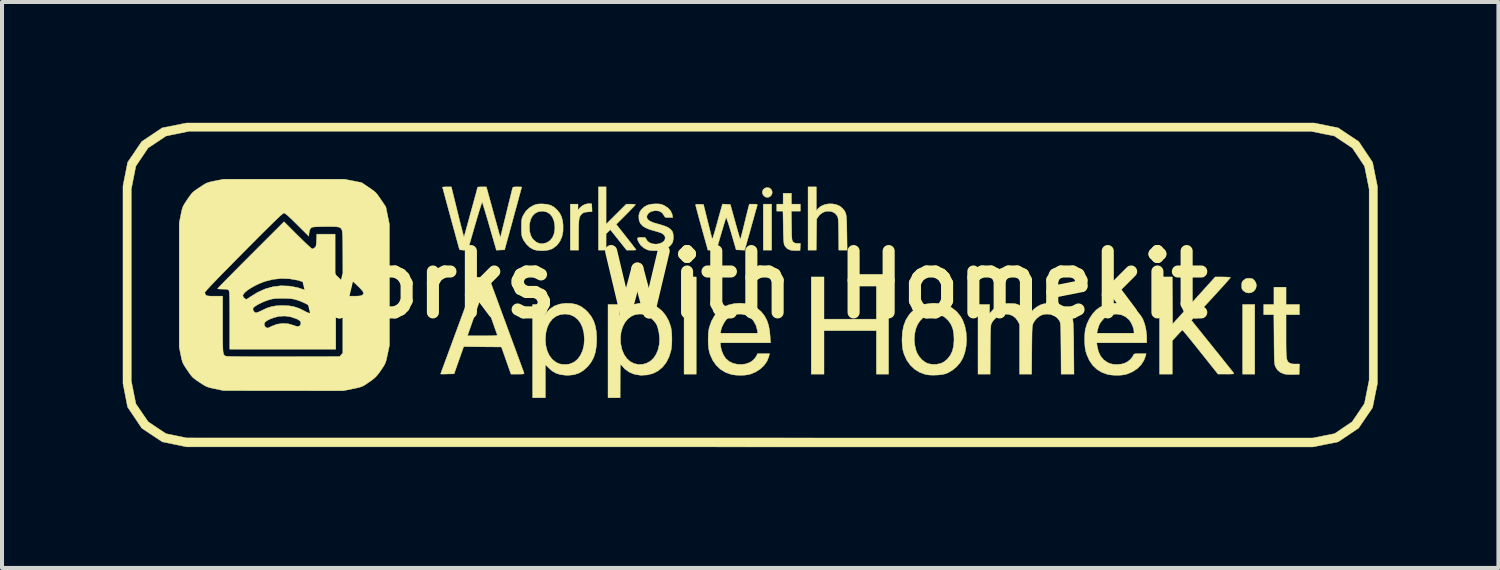
<source format=kicad_pcb>
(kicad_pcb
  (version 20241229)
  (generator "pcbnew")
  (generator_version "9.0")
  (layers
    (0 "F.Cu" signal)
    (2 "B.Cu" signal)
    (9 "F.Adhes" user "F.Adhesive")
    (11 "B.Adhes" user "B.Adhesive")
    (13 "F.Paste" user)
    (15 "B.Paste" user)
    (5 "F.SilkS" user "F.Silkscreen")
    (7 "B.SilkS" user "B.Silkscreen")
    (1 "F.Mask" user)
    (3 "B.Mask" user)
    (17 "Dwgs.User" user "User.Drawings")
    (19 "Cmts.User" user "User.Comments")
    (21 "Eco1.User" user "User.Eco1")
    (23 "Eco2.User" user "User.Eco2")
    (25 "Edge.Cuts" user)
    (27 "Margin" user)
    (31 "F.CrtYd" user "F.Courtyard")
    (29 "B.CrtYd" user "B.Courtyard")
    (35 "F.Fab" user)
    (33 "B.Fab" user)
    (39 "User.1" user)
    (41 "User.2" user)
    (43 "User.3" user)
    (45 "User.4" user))
  (footprint "Works With Homekit"
    (layer "F.Cu")
    (at 15.578 4.021)
    (property "Reference" "Works With Homekit" (at 0 0 0) (layer "F.SilkS") (effects (font (size 1.524 1.524) (thickness 0.3))))
    (attr through_hole)
    (fp_poly (pts (xy -1.333 2.223) (xy -1.635 2.223) (xy -1.635 -0.191) (xy -1.333 -0.191) (xy -1.333 2.223)) (stroke (width 0.01) (type solid)) (fill yes) (layer "F.SilkS"))
    (fp_poly (pts (xy 0.54 -0.857) (xy 0.333 -0.857) (xy 0.333 -2) (xy 0.54 -2) (xy 0.54 -0.857)) (stroke (width 0.01) (type solid)) (fill yes) (layer "F.SilkS"))
    (fp_poly (pts (xy 12.541 2.223) (xy 12.24 2.223) (xy 12.24 0.492) (xy 12.541 0.492) (xy 12.541 2.223)) (stroke (width 0.01) (type solid)) (fill yes) (layer "F.SilkS"))
    (fp_poly (pts (xy 1.841 0.857) (xy 3.143 0.857) (xy 3.143 -0.191) (xy 3.445 -0.191) (xy 3.445 2.223) (xy 3.143 2.223) (xy 3.143 1.143) (xy 1.841 1.143) (xy 1.841 2.223) (xy 1.524 2.223) (xy 1.524 -0.191) (xy 1.841 -0.191) (xy 1.841 0.857)) (stroke (width 0.01) (type solid)) (fill yes) (layer "F.SilkS"))
    (fp_poly (pts (xy 0.486 -2.402) (xy 0.521 -2.376) (xy 0.55 -2.327) (xy 0.554 -2.275) (xy 0.537 -2.227) (xy 0.503 -2.19) (xy 0.458 -2.169) (xy 0.405 -2.171) (xy 0.381 -2.18) (xy 0.337 -2.217) (xy 0.311 -2.268) (xy 0.31 -2.318) (xy 0.335 -2.368) (xy 0.379 -2.401) (xy 0.432 -2.413) (xy 0.486 -2.402)) (stroke (width 0.01) (type solid)) (fill yes) (layer "F.SilkS"))
    (fp_poly (pts (xy 12.454 -0.155) (xy 12.491 -0.142) (xy 12.525 -0.114) (xy 12.569 -0.05) (xy 12.584 0.022) (xy 12.567 0.096) (xy 12.564 0.102) (xy 12.521 0.16) (xy 12.462 0.196) (xy 12.393 0.208) (xy 12.324 0.195) (xy 12.268 0.16) (xy 12.238 0.13) (xy 12.222 0.1) (xy 12.216 0.06) (xy 12.216 0.024) (xy 12.218 -0.03) (xy 12.227 -0.065) (xy 12.247 -0.093) (xy 12.268 -0.112) (xy 12.308 -0.142) (xy 12.349 -0.156) (xy 12.4 -0.159) (xy 12.454 -0.155)) (stroke (width 0.01) (type solid)) (fill yes) (layer "F.SilkS"))
    (fp_poly (pts (xy -3.983 -2.013) (xy -3.929 -2.008) (xy -3.924 -1.911) (xy -3.92 -1.814) (xy -4.023 -1.807) (xy -4.087 -1.8) (xy -4.131 -1.787) (xy -4.164 -1.765) (xy -4.169 -1.761) (xy -4.194 -1.736) (xy -4.214 -1.71) (xy -4.229 -1.678) (xy -4.24 -1.637) (xy -4.247 -1.583) (xy -4.251 -1.511) (xy -4.254 -1.418) (xy -4.254 -1.298) (xy -4.255 -1.239) (xy -4.255 -0.857) (xy -4.461 -0.857) (xy -4.461 -2) (xy -4.27 -2) (xy -4.27 -1.85) (xy -4.223 -1.908) (xy -4.163 -1.961) (xy -4.088 -1.998) (xy -4.01 -2.014) (xy -3.983 -2.013)) (stroke (width 0.01) (type solid)) (fill yes) (layer "F.SilkS"))
    (fp_poly (pts (xy -3.572 -1.501) (xy -3.322 -1.75) (xy -3.071 -2) (xy -2.957 -2) (xy -2.901 -1.999) (xy -2.86 -1.995) (xy -2.842 -1.989) (xy -2.842 -1.989) (xy -2.852 -1.974) (xy -2.882 -1.941) (xy -2.928 -1.893) (xy -2.987 -1.832) (xy -3.055 -1.763) (xy -3.081 -1.737) (xy -3.32 -1.498) (xy -3.073 -1.185) (xy -3.005 -1.099) (xy -2.945 -1.022) (xy -2.894 -0.956) (xy -2.856 -0.906) (xy -2.832 -0.874) (xy -2.826 -0.865) (xy -2.84 -0.861) (xy -2.879 -0.858) (xy -2.933 -0.857) (xy -2.943 -0.857) (xy -3.061 -0.857) (xy -3.467 -1.366) (xy -3.519 -1.315) (xy -3.572 -1.264) (xy -3.572 -0.857) (xy -3.762 -0.857) (xy -3.762 -2.429) (xy -3.572 -2.429) (xy -3.572 -1.501)) (stroke (width 0.01) (type solid)) (fill yes) (layer "F.SilkS"))
    (fp_poly (pts (xy 1.032 -2) (xy 1.254 -2) (xy 1.254 -1.826) (xy 1.03 -1.826) (xy 1.035 -1.461) (xy 1.037 -1.344) (xy 1.038 -1.255) (xy 1.041 -1.189) (xy 1.044 -1.142) (xy 1.049 -1.11) (xy 1.055 -1.089) (xy 1.064 -1.074) (xy 1.075 -1.061) (xy 1.076 -1.06) (xy 1.114 -1.034) (xy 1.165 -1.024) (xy 1.184 -1.024) (xy 1.255 -1.024) (xy 1.251 -0.937) (xy 1.246 -0.849) (xy 1.151 -0.846) (xy 1.088 -0.848) (xy 1.029 -0.854) (xy 1 -0.86) (xy 0.931 -0.891) (xy 0.881 -0.943) (xy 0.861 -0.976) (xy 0.852 -0.997) (xy 0.846 -1.027) (xy 0.841 -1.071) (xy 0.836 -1.133) (xy 0.833 -1.215) (xy 0.83 -1.323) (xy 0.829 -1.425) (xy 0.822 -1.826) (xy 0.667 -1.826) (xy 0.667 -2) (xy 0.826 -2) (xy 0.826 -2.27) (xy 1.032 -2.27) (xy 1.032 -2)) (stroke (width 0.01) (type solid)) (fill yes) (layer "F.SilkS"))
    (fp_poly (pts (xy 1.651 -1.839) (xy 1.691 -1.887) (xy 1.76 -1.946) (xy 1.848 -1.986) (xy 1.946 -2.006) (xy 2.048 -2.007) (xy 2.147 -1.988) (xy 2.235 -1.95) (xy 2.303 -1.893) (xy 2.331 -1.86) (xy 2.354 -1.829) (xy 2.371 -1.796) (xy 2.384 -1.758) (xy 2.394 -1.709) (xy 2.4 -1.646) (xy 2.404 -1.565) (xy 2.407 -1.462) (xy 2.409 -1.332) (xy 2.41 -1.29) (xy 2.416 -0.857) (xy 2.209 -0.857) (xy 2.204 -1.258) (xy 2.202 -1.382) (xy 2.2 -1.478) (xy 2.198 -1.55) (xy 2.195 -1.604) (xy 2.191 -1.642) (xy 2.185 -1.67) (xy 2.177 -1.692) (xy 2.166 -1.711) (xy 2.163 -1.717) (xy 2.109 -1.776) (xy 2.04 -1.812) (xy 1.961 -1.826) (xy 1.88 -1.818) (xy 1.803 -1.788) (xy 1.735 -1.736) (xy 1.703 -1.696) (xy 1.659 -1.63) (xy 1.649 -0.857) (xy 1.445 -0.857) (xy 1.445 -2.429) (xy 1.651 -2.429) (xy 1.651 -1.839)) (stroke (width 0.01) (type solid)) (fill yes) (layer "F.SilkS"))
    (fp_poly (pts (xy 13.319 0.492) (xy 13.652 0.492) (xy 13.652 0.746) (xy 13.319 0.746) (xy 13.319 1.278) (xy 13.319 1.434) (xy 13.32 1.562) (xy 13.322 1.664) (xy 13.326 1.744) (xy 13.331 1.805) (xy 13.339 1.851) (xy 13.35 1.885) (xy 13.364 1.909) (xy 13.381 1.928) (xy 13.403 1.944) (xy 13.406 1.946) (xy 13.45 1.964) (xy 13.513 1.972) (xy 13.551 1.972) (xy 13.654 1.971) (xy 13.649 2.101) (xy 13.645 2.23) (xy 13.486 2.234) (xy 13.395 2.233) (xy 13.317 2.227) (xy 13.262 2.216) (xy 13.261 2.216) (xy 13.172 2.176) (xy 13.106 2.119) (xy 13.063 2.052) (xy 13.053 2.032) (xy 13.046 2.013) (xy 13.039 1.99) (xy 13.035 1.962) (xy 13.031 1.924) (xy 13.028 1.872) (xy 13.026 1.805) (xy 13.024 1.718) (xy 13.023 1.608) (xy 13.021 1.473) (xy 13.021 1.361) (xy 13.016 0.746) (xy 12.764 0.746) (xy 12.764 0.492) (xy 13.018 0.492) (xy 13.018 0.064) (xy 13.319 0.064) (xy 13.319 0.492)) (stroke (width 0.01) (type solid)) (fill yes) (layer "F.SilkS"))
    (fp_poly (pts (xy 10.501 0.978) (xy 11.03 0.394) (xy 11.559 -0.191) (xy 11.749 -0.191) (xy 11.833 -0.189) (xy 11.894 -0.186) (xy 11.93 -0.18) (xy 11.938 -0.175) (xy 11.928 -0.16) (xy 11.898 -0.126) (xy 11.852 -0.074) (xy 11.792 -0.006) (xy 11.72 0.073) (xy 11.639 0.162) (xy 11.551 0.258) (xy 11.46 0.358) (xy 11.366 0.459) (xy 11.274 0.558) (xy 11.185 0.654) (xy 11.103 0.742) (xy 11.029 0.819) (xy 10.967 0.885) (xy 11.489 1.534) (xy 11.589 1.659) (xy 11.684 1.776) (xy 11.77 1.885) (xy 11.847 1.981) (xy 11.913 2.063) (xy 11.965 2.128) (xy 12.001 2.174) (xy 12.02 2.199) (xy 12.023 2.203) (xy 12.021 2.211) (xy 12.002 2.217) (xy 11.961 2.22) (xy 11.895 2.222) (xy 11.832 2.222) (xy 11.628 2.221) (xy 11.192 1.674) (xy 11.101 1.56) (xy 11.016 1.454) (xy 10.939 1.359) (xy 10.872 1.276) (xy 10.817 1.21) (xy 10.776 1.161) (xy 10.752 1.133) (xy 10.745 1.127) (xy 10.731 1.138) (xy 10.7 1.168) (xy 10.658 1.213) (xy 10.614 1.26) (xy 10.493 1.393) (xy 10.493 2.223) (xy 10.176 2.223) (xy 10.176 -0.191) (xy 10.493 -0.191) (xy 10.501 0.978)) (stroke (width 0.01) (type solid)) (fill yes) (layer "F.SilkS"))
    (fp_poly (pts (xy 14.613 -3.895) (xy 15.126 -3.553) (xy 15.468 -3.04) (xy 15.589 -2.439) (xy 15.589 0.008) (xy 15.589 2.455) (xy 15.528 2.755) (xy 15.468 3.056) (xy 15.294 3.31) (xy 15.121 3.564) (xy 14.867 3.735) (xy 14.613 3.905) (xy 14.297 3.969) (xy 13.98 4.032) (xy -13.994 4.029) (xy -14.295 3.967) (xy -14.596 3.905) (xy -14.851 3.736) (xy -15.105 3.567) (xy -15.459 3.04) (xy -15.516 2.746) (xy -15.573 2.453) (xy -15.573 -2.373) (xy -15.367 -2.373) (xy -15.367 2.389) (xy -15.253 2.959) (xy -15.1 3.184) (xy -14.946 3.408) (xy -14.507 3.701) (xy -14.25 3.754) (xy -13.994 3.807) (xy 13.98 3.81) (xy 14.254 3.755) (xy 14.527 3.7) (xy 14.745 3.552) (xy 14.962 3.405) (xy 15.115 3.179) (xy 15.267 2.953) (xy 15.325 2.663) (xy 15.383 2.373) (xy 15.383 0) (xy 15.383 -2.373) (xy 15.326 -2.657) (xy 15.269 -2.941) (xy 15.118 -3.168) (xy 14.967 -3.394) (xy 14.518 -3.693) (xy 14.224 -3.752) (xy 13.93 -3.811) (xy 0 -3.81) (xy -13.93 -3.81) (xy -14.216 -3.751) (xy -14.502 -3.693) (xy -14.725 -3.544) (xy -14.949 -3.396) (xy -15.101 -3.17) (xy -15.253 -2.945) (xy -15.31 -2.659) (xy -15.367 -2.373) (xy -15.573 -2.373) (xy -15.573 -2.453) (xy -15.515 -2.746) (xy -15.457 -3.04) (xy -15.282 -3.297) (xy -15.108 -3.554) (xy -14.854 -3.724) (xy -14.599 -3.895) (xy -13.996 -4.016) (xy 14.012 -4.016) (xy 14.613 -3.895)) (stroke (width 0.01) (type solid)) (fill yes) (layer "F.SilkS"))
    (fp_poly (pts (xy -5.043 -1.997) (xy -4.947 -1.972) (xy -4.864 -1.925) (xy -4.787 -1.855) (xy -4.782 -1.85) (xy -4.72 -1.77) (xy -4.678 -1.684) (xy -4.652 -1.584) (xy -4.64 -1.474) (xy -4.642 -1.324) (xy -4.669 -1.19) (xy -4.72 -1.074) (xy -4.793 -0.978) (xy -4.889 -0.904) (xy -4.916 -0.889) (xy -4.992 -0.862) (xy -5.087 -0.846) (xy -5.189 -0.843) (xy -5.287 -0.851) (xy -5.369 -0.871) (xy -5.374 -0.873) (xy -5.465 -0.924) (xy -5.548 -1.001) (xy -5.615 -1.095) (xy -5.631 -1.124) (xy -5.649 -1.164) (xy -5.662 -1.199) (xy -5.669 -1.237) (xy -5.673 -1.286) (xy -5.675 -1.354) (xy -5.675 -1.421) (xy -5.675 -1.434) (xy -5.477 -1.434) (xy -5.47 -1.321) (xy -5.447 -1.231) (xy -5.408 -1.155) (xy -5.385 -1.126) (xy -5.31 -1.059) (xy -5.228 -1.023) (xy -5.139 -1.018) (xy -5.045 -1.043) (xy -5.04 -1.046) (xy -4.961 -1.099) (xy -4.901 -1.174) (xy -4.862 -1.271) (xy -4.845 -1.385) (xy -4.846 -1.47) (xy -4.867 -1.586) (xy -4.907 -1.681) (xy -4.967 -1.754) (xy -5.043 -1.802) (xy -5.135 -1.824) (xy -5.164 -1.825) (xy -5.259 -1.811) (xy -5.339 -1.769) (xy -5.403 -1.704) (xy -5.448 -1.616) (xy -5.473 -1.508) (xy -5.477 -1.434) (xy -5.675 -1.434) (xy -5.675 -1.508) (xy -5.673 -1.571) (xy -5.668 -1.617) (xy -5.659 -1.655) (xy -5.645 -1.691) (xy -5.634 -1.716) (xy -5.566 -1.824) (xy -5.476 -1.911) (xy -5.383 -1.966) (xy -5.33 -1.987) (xy -5.28 -2) (xy -5.221 -2.005) (xy -5.159 -2.006) (xy -5.043 -1.997)) (stroke (width 0.01) (type solid)) (fill yes) (layer "F.SilkS"))
    (fp_poly (pts (xy -4.433 0.467) (xy -4.306 0.493) (xy -4.193 0.544) (xy -4.088 0.622) (xy -4.026 0.683) (xy -3.943 0.787) (xy -3.881 0.901) (xy -3.839 1.027) (xy -3.814 1.172) (xy -3.805 1.34) (xy -3.805 1.349) (xy -3.813 1.523) (xy -3.836 1.672) (xy -3.878 1.803) (xy -3.939 1.919) (xy -4.02 2.025) (xy -4.028 2.033) (xy -4.135 2.131) (xy -4.25 2.199) (xy -4.376 2.239) (xy -4.518 2.252) (xy -4.579 2.25) (xy -4.709 2.234) (xy -4.818 2.2) (xy -4.913 2.144) (xy -4.989 2.078) (xy -5.08 1.987) (xy -5.08 2.81) (xy -5.397 2.81) (xy -5.397 1.357) (xy -5.08 1.357) (xy -5.069 1.51) (xy -5.035 1.645) (xy -4.981 1.762) (xy -4.907 1.857) (xy -4.815 1.929) (xy -4.739 1.965) (xy -4.676 1.978) (xy -4.598 1.983) (xy -4.519 1.978) (xy -4.46 1.966) (xy -4.362 1.921) (xy -4.277 1.849) (xy -4.208 1.754) (xy -4.156 1.639) (xy -4.123 1.508) (xy -4.112 1.363) (xy -4.112 1.357) (xy -4.123 1.206) (xy -4.155 1.072) (xy -4.207 0.957) (xy -4.277 0.863) (xy -4.364 0.793) (xy -4.467 0.748) (xy -4.582 0.73) (xy -4.597 0.73) (xy -4.714 0.745) (xy -4.817 0.786) (xy -4.906 0.854) (xy -4.978 0.945) (xy -5.032 1.057) (xy -5.066 1.189) (xy -5.08 1.34) (xy -5.08 1.357) (xy -5.397 1.357) (xy -5.397 0.492) (xy -5.096 0.492) (xy -5.096 0.752) (xy -5.052 0.695) (xy -4.96 0.598) (xy -4.852 0.528) (xy -4.726 0.483) (xy -4.581 0.463) (xy -4.578 0.463) (xy -4.433 0.467)) (stroke (width 0.01) (type solid)) (fill yes) (layer "F.SilkS"))
    (fp_poly (pts (xy -0.092 0.473) (xy 0.049 0.513) (xy 0.173 0.579) (xy 0.28 0.671) (xy 0.291 0.683) (xy 0.367 0.781) (xy 0.424 0.889) (xy 0.465 1.011) (xy 0.491 1.153) (xy 0.502 1.274) (xy 0.513 1.445) (xy -0.735 1.445) (xy -0.726 1.532) (xy -0.704 1.632) (xy -0.663 1.734) (xy -0.608 1.823) (xy -0.596 1.838) (xy -0.52 1.904) (xy -0.426 1.951) (xy -0.32 1.977) (xy -0.21 1.983) (xy -0.101 1.969) (xy -0.001 1.932) (xy 0.068 1.887) (xy 0.113 1.843) (xy 0.151 1.791) (xy 0.16 1.776) (xy 0.191 1.714) (xy 0.489 1.714) (xy 0.468 1.796) (xy 0.423 1.906) (xy 0.351 2.007) (xy 0.257 2.096) (xy 0.145 2.168) (xy 0.02 2.22) (xy -0.044 2.237) (xy -0.14 2.249) (xy -0.251 2.252) (xy -0.362 2.246) (xy -0.459 2.231) (xy -0.464 2.23) (xy -0.605 2.18) (xy -0.73 2.104) (xy -0.837 2.003) (xy -0.923 1.879) (xy -0.988 1.735) (xy -1.009 1.667) (xy -1.024 1.585) (xy -1.034 1.482) (xy -1.037 1.369) (xy -1.034 1.256) (xy -1.03 1.206) (xy -0.732 1.206) (xy 0.195 1.206) (xy 0.185 1.134) (xy 0.153 1.015) (xy 0.094 0.906) (xy 0.062 0.866) (xy -0.018 0.797) (xy -0.113 0.752) (xy -0.217 0.731) (xy -0.324 0.733) (xy -0.427 0.758) (xy -0.52 0.807) (xy -0.586 0.866) (xy -0.64 0.943) (xy -0.687 1.034) (xy -0.717 1.126) (xy -0.721 1.147) (xy -0.732 1.206) (xy -1.03 1.206) (xy -1.026 1.154) (xy -1.011 1.072) (xy -1.011 1.07) (xy -0.954 0.907) (xy -0.877 0.769) (xy -0.782 0.655) (xy -0.668 0.567) (xy -0.535 0.505) (xy -0.386 0.47) (xy -0.25 0.46) (xy -0.092 0.473)) (stroke (width 0.01) (type solid)) (fill yes) (layer "F.SilkS"))
    (fp_poly (pts (xy -2.491 0.479) (xy -2.366 0.523) (xy -2.294 0.563) (xy -2.185 0.651) (xy -2.092 0.764) (xy -2.018 0.896) (xy -1.966 1.045) (xy -1.961 1.065) (xy -1.947 1.15) (xy -1.939 1.256) (xy -1.937 1.372) (xy -1.941 1.486) (xy -1.951 1.588) (xy -1.962 1.646) (xy -2.012 1.804) (xy -2.083 1.941) (xy -2.174 2.054) (xy -2.283 2.143) (xy -2.409 2.207) (xy -2.549 2.243) (xy -2.703 2.251) (xy -2.723 2.25) (xy -2.865 2.227) (xy -2.992 2.176) (xy -3.104 2.097) (xy -3.198 1.992) (xy -3.205 1.986) (xy -3.211 1.989) (xy -3.215 2.005) (xy -3.218 2.038) (xy -3.22 2.09) (xy -3.221 2.164) (xy -3.222 2.264) (xy -3.222 2.385) (xy -3.223 2.81) (xy -3.524 2.81) (xy -3.524 1.308) (xy -3.215 1.308) (xy -3.21 1.454) (xy -3.206 1.479) (xy -3.176 1.617) (xy -3.125 1.736) (xy -3.058 1.834) (xy -2.975 1.909) (xy -2.88 1.959) (xy -2.775 1.983) (xy -2.663 1.979) (xy -2.568 1.953) (xy -2.471 1.9) (xy -2.39 1.823) (xy -2.326 1.725) (xy -2.279 1.61) (xy -2.251 1.481) (xy -2.244 1.343) (xy -2.258 1.198) (xy -2.289 1.065) (xy -2.31 1.006) (xy -2.337 0.959) (xy -2.375 0.911) (xy -2.419 0.865) (xy -2.49 0.801) (xy -2.557 0.76) (xy -2.63 0.738) (xy -2.718 0.73) (xy -2.741 0.73) (xy -2.85 0.745) (xy -2.949 0.787) (xy -3.035 0.854) (xy -3.106 0.942) (xy -3.161 1.05) (xy -3.198 1.172) (xy -3.215 1.308) (xy -3.524 1.308) (xy -3.524 0.492) (xy -3.239 0.492) (xy -3.239 0.767) (xy -3.191 0.701) (xy -3.107 0.611) (xy -3.002 0.54) (xy -2.884 0.491) (xy -2.755 0.464) (xy -2.623 0.46) (xy -2.491 0.479)) (stroke (width 0.01) (type solid)) (fill yes) (layer "F.SilkS"))
    (fp_poly (pts (xy 4.744 0.474) (xy 4.893 0.515) (xy 5.025 0.581) (xy 5.139 0.672) (xy 5.233 0.788) (xy 5.286 0.881) (xy 5.34 1.027) (xy 5.372 1.188) (xy 5.383 1.358) (xy 5.372 1.528) (xy 5.338 1.691) (xy 5.289 1.826) (xy 5.224 1.936) (xy 5.136 2.038) (xy 5.031 2.125) (xy 4.918 2.191) (xy 4.854 2.216) (xy 4.775 2.233) (xy 4.678 2.244) (xy 4.573 2.248) (xy 4.472 2.246) (xy 4.386 2.236) (xy 4.362 2.231) (xy 4.219 2.179) (xy 4.092 2.101) (xy 3.984 1.998) (xy 3.896 1.874) (xy 3.831 1.73) (xy 3.803 1.634) (xy 3.791 1.567) (xy 3.783 1.482) (xy 3.779 1.389) (xy 3.779 1.363) (xy 4.084 1.363) (xy 4.096 1.501) (xy 4.128 1.634) (xy 4.155 1.703) (xy 4.205 1.787) (xy 4.274 1.864) (xy 4.352 1.926) (xy 4.418 1.958) (xy 4.519 1.98) (xy 4.63 1.98) (xy 4.737 1.958) (xy 4.753 1.952) (xy 4.825 1.916) (xy 4.892 1.861) (xy 4.918 1.834) (xy 4.985 1.744) (xy 5.032 1.641) (xy 5.06 1.521) (xy 5.071 1.379) (xy 5.071 1.358) (xy 5.064 1.216) (xy 5.041 1.097) (xy 5.001 0.997) (xy 4.942 0.908) (xy 4.921 0.884) (xy 4.839 0.808) (xy 4.755 0.759) (xy 4.661 0.736) (xy 4.557 0.734) (xy 4.453 0.747) (xy 4.369 0.777) (xy 4.295 0.828) (xy 4.233 0.89) (xy 4.168 0.984) (xy 4.121 1.099) (xy 4.093 1.227) (xy 4.084 1.363) (xy 3.779 1.363) (xy 3.779 1.357) (xy 3.789 1.177) (xy 3.821 1.018) (xy 3.875 0.877) (xy 3.953 0.752) (xy 3.993 0.703) (xy 4.101 0.603) (xy 4.227 0.53) (xy 4.371 0.482) (xy 4.531 0.461) (xy 4.58 0.46) (xy 4.744 0.474)) (stroke (width 0.01) (type solid)) (fill yes) (layer "F.SilkS"))
    (fp_poly (pts (xy -6.053 0.992) (xy -5.985 1.177) (xy -5.92 1.354) (xy -5.858 1.52) (xy -5.802 1.673) (xy -5.751 1.811) (xy -5.707 1.932) (xy -5.67 2.032) (xy -5.641 2.111) (xy -5.621 2.165) (xy -5.612 2.192) (xy -5.611 2.195) (xy -5.609 2.207) (xy -5.618 2.215) (xy -5.643 2.22) (xy -5.689 2.222) (xy -5.761 2.222) (xy -5.768 2.223) (xy -5.934 2.223) (xy -5.992 2.06) (xy -6.023 1.971) (xy -6.059 1.869) (xy -6.094 1.769) (xy -6.111 1.722) (xy -6.172 1.548) (xy -6.64 1.544) (xy -7.109 1.539) (xy -7.15 1.655) (xy -7.171 1.713) (xy -7.199 1.793) (xy -7.231 1.883) (xy -7.263 1.974) (xy -7.269 1.992) (xy -7.347 2.215) (xy -7.515 2.219) (xy -7.584 2.221) (xy -7.639 2.221) (xy -7.674 2.22) (xy -7.683 2.219) (xy -7.678 2.204) (xy -7.662 2.161) (xy -7.638 2.093) (xy -7.604 2.002) (xy -7.563 1.89) (xy -7.515 1.759) (xy -7.461 1.612) (xy -7.401 1.451) (xy -7.338 1.278) (xy -7.335 1.27) (xy -7.016 1.27) (xy -6.642 1.27) (xy -6.519 1.27) (xy -6.425 1.269) (xy -6.357 1.266) (xy -6.311 1.263) (xy -6.285 1.259) (xy -6.275 1.253) (xy -6.275 1.25) (xy -6.282 1.231) (xy -6.298 1.185) (xy -6.322 1.117) (xy -6.353 1.029) (xy -6.389 0.926) (xy -6.429 0.811) (xy -6.462 0.718) (xy -6.504 0.598) (xy -6.543 0.488) (xy -6.577 0.391) (xy -6.606 0.312) (xy -6.627 0.254) (xy -6.64 0.219) (xy -6.644 0.21) (xy -6.65 0.226) (xy -6.665 0.266) (xy -6.686 0.326) (xy -6.712 0.401) (xy -6.73 0.452) (xy -6.765 0.551) (xy -6.805 0.668) (xy -6.849 0.792) (xy -6.891 0.912) (xy -6.915 0.98) (xy -7.016 1.27) (xy -7.335 1.27) (xy -7.27 1.095) (xy -7.241 1.016) (xy -6.799 -0.183) (xy -6.486 -0.183) (xy -6.053 0.992)) (stroke (width 0.01) (type solid)) (fill yes) (layer "F.SilkS"))
    (fp_poly (pts (xy -2.278 -2.006) (xy -2.226 -2.001) (xy -2.181 -1.989) (xy -2.131 -1.967) (xy -2.119 -1.961) (xy -2.031 -1.902) (xy -1.967 -1.83) (xy -1.931 -1.747) (xy -1.926 -1.726) (xy -1.917 -1.667) (xy -2.013 -1.667) (xy -2.066 -1.668) (xy -2.098 -1.673) (xy -2.117 -1.689) (xy -2.134 -1.718) (xy -2.138 -1.726) (xy -2.184 -1.788) (xy -2.25 -1.826) (xy -2.335 -1.838) (xy -2.362 -1.837) (xy -2.447 -1.819) (xy -2.513 -1.78) (xy -2.55 -1.731) (xy -2.562 -1.678) (xy -2.544 -1.629) (xy -2.496 -1.585) (xy -2.418 -1.548) (xy -2.345 -1.525) (xy -2.227 -1.492) (xy -2.135 -1.463) (xy -2.065 -1.436) (xy -2.012 -1.407) (xy -1.971 -1.376) (xy -1.938 -1.338) (xy -1.932 -1.331) (xy -1.912 -1.284) (xy -1.902 -1.218) (xy -1.901 -1.145) (xy -1.912 -1.077) (xy -1.926 -1.036) (xy -1.973 -0.974) (xy -2.041 -0.917) (xy -2.121 -0.875) (xy -2.15 -0.865) (xy -2.219 -0.851) (xy -2.304 -0.844) (xy -2.394 -0.844) (xy -2.476 -0.85) (xy -2.541 -0.863) (xy -2.546 -0.865) (xy -2.636 -0.912) (xy -2.712 -0.98) (xy -2.758 -1.048) (xy -2.786 -1.107) (xy -2.794 -1.145) (xy -2.781 -1.165) (xy -2.742 -1.173) (xy -2.692 -1.175) (xy -2.637 -1.174) (xy -2.605 -1.169) (xy -2.588 -1.157) (xy -2.577 -1.135) (xy -2.574 -1.127) (xy -2.541 -1.077) (xy -2.485 -1.038) (xy -2.412 -1.014) (xy -2.332 -1.006) (xy -2.251 -1.017) (xy -2.179 -1.046) (xy -2.13 -1.088) (xy -2.105 -1.137) (xy -2.106 -1.189) (xy -2.135 -1.237) (xy -2.188 -1.277) (xy -2.224 -1.291) (xy -2.281 -1.31) (xy -2.347 -1.329) (xy -2.366 -1.334) (xy -2.496 -1.372) (xy -2.596 -1.415) (xy -2.67 -1.464) (xy -2.72 -1.52) (xy -2.749 -1.587) (xy -2.756 -1.623) (xy -2.759 -1.72) (xy -2.738 -1.8) (xy -2.692 -1.87) (xy -2.689 -1.873) (xy -2.618 -1.937) (xy -2.537 -1.979) (xy -2.44 -2.001) (xy -2.349 -2.007) (xy -2.278 -2.006)) (stroke (width 0.01) (type solid)) (fill yes) (layer "F.SilkS"))
    (fp_poly (pts (xy 9.252 0.472) (xy 9.389 0.507) (xy 9.487 0.551) (xy 9.559 0.603) (xy 9.634 0.676) (xy 9.702 0.76) (xy 9.756 0.845) (xy 9.764 0.862) (xy 9.808 0.98) (xy 9.839 1.115) (xy 9.856 1.257) (xy 9.858 1.327) (xy 9.858 1.445) (xy 8.616 1.445) (xy 8.627 1.526) (xy 8.658 1.661) (xy 8.711 1.774) (xy 8.787 1.865) (xy 8.884 1.933) (xy 8.949 1.961) (xy 9.03 1.979) (xy 9.127 1.983) (xy 9.225 1.974) (xy 9.309 1.952) (xy 9.382 1.914) (xy 9.45 1.859) (xy 9.503 1.796) (xy 9.525 1.753) (xy 9.534 1.735) (xy 9.547 1.724) (xy 9.571 1.718) (xy 9.613 1.715) (xy 9.679 1.715) (xy 9.692 1.714) (xy 9.843 1.714) (xy 9.833 1.758) (xy 9.789 1.88) (xy 9.718 1.991) (xy 9.623 2.086) (xy 9.506 2.163) (xy 9.371 2.22) (xy 9.332 2.231) (xy 9.251 2.245) (xy 9.152 2.252) (xy 9.046 2.25) (xy 8.946 2.241) (xy 8.886 2.23) (xy 8.745 2.18) (xy 8.621 2.104) (xy 8.516 2.004) (xy 8.431 1.879) (xy 8.366 1.732) (xy 8.342 1.651) (xy 8.327 1.569) (xy 8.318 1.467) (xy 8.315 1.356) (xy 8.318 1.246) (xy 8.322 1.206) (xy 8.62 1.206) (xy 9.541 1.206) (xy 9.541 1.159) (xy 9.531 1.096) (xy 9.505 1.02) (xy 9.468 0.944) (xy 9.426 0.88) (xy 9.416 0.869) (xy 9.329 0.795) (xy 9.227 0.749) (xy 9.112 0.731) (xy 9.096 0.731) (xy 8.977 0.743) (xy 8.876 0.779) (xy 8.791 0.841) (xy 8.717 0.931) (xy 8.717 0.931) (xy 8.689 0.976) (xy 8.669 1.021) (xy 8.651 1.074) (xy 8.633 1.147) (xy 8.629 1.163) (xy 8.62 1.206) (xy 8.322 1.206) (xy 8.327 1.148) (xy 8.335 1.103) (xy 8.375 0.971) (xy 8.436 0.843) (xy 8.512 0.728) (xy 8.6 0.632) (xy 8.694 0.561) (xy 8.82 0.505) (xy 8.96 0.471) (xy 9.106 0.46) (xy 9.252 0.472)) (stroke (width 0.01) (type solid)) (fill yes) (layer "F.SilkS"))
    (fp_poly (pts (xy -0.584 -1.997) (xy -0.486 -1.992) (xy -0.366 -1.56) (xy -0.335 -1.448) (xy -0.306 -1.347) (xy -0.281 -1.261) (xy -0.261 -1.193) (xy -0.246 -1.147) (xy -0.239 -1.128) (xy -0.238 -1.127) (xy -0.232 -1.142) (xy -0.22 -1.183) (xy -0.203 -1.247) (xy -0.182 -1.33) (xy -0.158 -1.426) (xy -0.138 -1.506) (xy -0.112 -1.614) (xy -0.087 -1.716) (xy -0.065 -1.805) (xy -0.047 -1.876) (xy -0.035 -1.925) (xy -0.03 -1.942) (xy -0.014 -2) (xy 0.09 -2) (xy 0.148 -1.999) (xy 0.179 -1.993) (xy 0.187 -1.982) (xy 0.186 -1.98) (xy 0.18 -1.961) (xy 0.167 -1.914) (xy 0.147 -1.845) (xy 0.122 -1.757) (xy 0.094 -1.654) (xy 0.062 -1.54) (xy 0.048 -1.492) (xy 0.015 -1.371) (xy -0.017 -1.256) (xy -0.047 -1.151) (xy -0.072 -1.062) (xy -0.091 -0.993) (xy -0.104 -0.948) (xy -0.106 -0.94) (xy -0.13 -0.856) (xy -0.235 -0.861) (xy -0.341 -0.865) (xy -0.46 -1.273) (xy -0.492 -1.381) (xy -0.521 -1.477) (xy -0.547 -1.557) (xy -0.568 -1.619) (xy -0.582 -1.658) (xy -0.589 -1.67) (xy -0.589 -1.67) (xy -0.596 -1.652) (xy -0.611 -1.608) (xy -0.631 -1.542) (xy -0.657 -1.458) (xy -0.686 -1.359) (xy -0.716 -1.258) (xy -0.832 -0.857) (xy -1.042 -0.857) (xy -1.196 -1.409) (xy -1.231 -1.536) (xy -1.264 -1.655) (xy -1.292 -1.76) (xy -1.316 -1.849) (xy -1.334 -1.918) (xy -1.346 -1.963) (xy -1.349 -1.981) (xy -1.34 -1.993) (xy -1.308 -1.998) (xy -1.251 -1.997) (xy -1.152 -1.992) (xy -1.048 -1.572) (xy -1.02 -1.46) (xy -0.994 -1.358) (xy -0.972 -1.27) (xy -0.954 -1.2) (xy -0.942 -1.153) (xy -0.936 -1.132) (xy -0.936 -1.131) (xy -0.93 -1.14) (xy -0.917 -1.176) (xy -0.898 -1.235) (xy -0.875 -1.312) (xy -0.848 -1.405) (xy -0.827 -1.481) (xy -0.797 -1.589) (xy -0.769 -1.691) (xy -0.744 -1.782) (xy -0.723 -1.856) (xy -0.708 -1.908) (xy -0.703 -1.926) (xy -0.681 -2.002) (xy -0.584 -1.997)) (stroke (width 0.01) (type solid)) (fill yes) (layer "F.SilkS"))
    (fp_poly (pts (xy -7.261 -1.798) (xy -7.228 -1.663) (xy -7.197 -1.538) (xy -7.169 -1.427) (xy -7.144 -1.334) (xy -7.125 -1.26) (xy -7.111 -1.209) (xy -7.103 -1.185) (xy -7.102 -1.183) (xy -7.094 -1.212) (xy -7.079 -1.265) (xy -7.058 -1.34) (xy -7.033 -1.431) (xy -7.004 -1.535) (xy -6.973 -1.648) (xy -6.941 -1.767) (xy -6.908 -1.886) (xy -6.876 -2.003) (xy -6.846 -2.112) (xy -6.819 -2.211) (xy -6.796 -2.296) (xy -6.779 -2.362) (xy -6.767 -2.405) (xy -6.763 -2.421) (xy -6.763 -2.421) (xy -6.748 -2.425) (xy -6.71 -2.428) (xy -6.656 -2.429) (xy -6.654 -2.429) (xy -6.546 -2.429) (xy -6.373 -1.799) (xy -6.199 -1.169) (xy -6.055 -1.755) (xy -6.023 -1.888) (xy -5.992 -2.013) (xy -5.964 -2.126) (xy -5.94 -2.223) (xy -5.921 -2.301) (xy -5.907 -2.356) (xy -5.9 -2.384) (xy -5.9 -2.385) (xy -5.893 -2.408) (xy -5.88 -2.421) (xy -5.854 -2.427) (xy -5.807 -2.429) (xy -5.778 -2.429) (xy -5.724 -2.428) (xy -5.684 -2.427) (xy -5.668 -2.425) (xy -5.668 -2.425) (xy -5.672 -2.409) (xy -5.684 -2.366) (xy -5.702 -2.298) (xy -5.727 -2.208) (xy -5.756 -2.098) (xy -5.79 -1.973) (xy -5.828 -1.835) (xy -5.869 -1.686) (xy -5.88 -1.643) (xy -6.093 -0.865) (xy -6.195 -0.861) (xy -6.297 -0.856) (xy -6.468 -1.448) (xy -6.506 -1.58) (xy -6.542 -1.701) (xy -6.574 -1.81) (xy -6.602 -1.903) (xy -6.625 -1.976) (xy -6.64 -2.026) (xy -6.649 -2.05) (xy -6.649 -2.051) (xy -6.656 -2.039) (xy -6.67 -1.999) (xy -6.691 -1.935) (xy -6.718 -1.85) (xy -6.749 -1.748) (xy -6.784 -1.63) (xy -6.822 -1.502) (xy -6.834 -1.46) (xy -7.008 -0.857) (xy -7.108 -0.857) (xy -7.173 -0.861) (xy -7.209 -0.87) (xy -7.215 -0.877) (xy -7.221 -0.896) (xy -7.234 -0.943) (xy -7.253 -1.012) (xy -7.277 -1.1) (xy -7.306 -1.205) (xy -7.338 -1.323) (xy -7.373 -1.449) (xy -7.409 -1.58) (xy -7.445 -1.714) (xy -7.481 -1.846) (xy -7.515 -1.972) (xy -7.547 -2.09) (xy -7.575 -2.195) (xy -7.599 -2.284) (xy -7.618 -2.354) (xy -7.631 -2.401) (xy -7.636 -2.421) (xy -7.636 -2.422) (xy -7.621 -2.425) (xy -7.583 -2.428) (xy -7.529 -2.429) (xy -7.526 -2.429) (xy -7.416 -2.429) (xy -7.261 -1.798)) (stroke (width 0.01) (type solid)) (fill yes) (layer "F.SilkS"))
    (fp_poly (pts (xy 7.548 0.469) (xy 7.604 0.472) (xy 7.648 0.479) (xy 7.687 0.491) (xy 7.732 0.512) (xy 7.752 0.521) (xy 7.836 0.571) (xy 7.901 0.629) (xy 7.922 0.653) (xy 7.949 0.688) (xy 7.971 0.72) (xy 7.989 0.753) (xy 8.004 0.79) (xy 8.015 0.834) (xy 8.024 0.889) (xy 8.031 0.957) (xy 8.036 1.042) (xy 8.039 1.147) (xy 8.042 1.275) (xy 8.044 1.429) (xy 8.045 1.56) (xy 8.051 2.223) (xy 7.732 2.223) (xy 7.728 1.591) (xy 7.726 1.433) (xy 7.725 1.303) (xy 7.724 1.198) (xy 7.722 1.115) (xy 7.72 1.052) (xy 7.717 1.004) (xy 7.713 0.968) (xy 7.708 0.942) (xy 7.701 0.922) (xy 7.694 0.904) (xy 7.69 0.897) (xy 7.635 0.825) (xy 7.559 0.771) (xy 7.468 0.739) (xy 7.368 0.731) (xy 7.274 0.745) (xy 7.2 0.779) (xy 7.129 0.835) (xy 7.07 0.905) (xy 7.042 0.953) (xy 7.033 0.972) (xy 7.026 0.993) (xy 7.021 1.019) (xy 7.016 1.053) (xy 7.013 1.099) (xy 7.01 1.159) (xy 7.008 1.237) (xy 7.007 1.337) (xy 7.005 1.461) (xy 7.004 1.614) (xy 7.004 1.623) (xy 6.999 2.223) (xy 6.699 2.223) (xy 6.699 0.988) (xy 6.655 0.903) (xy 6.597 0.825) (xy 6.52 0.769) (xy 6.428 0.737) (xy 6.326 0.731) (xy 6.238 0.746) (xy 6.175 0.775) (xy 6.11 0.825) (xy 6.051 0.886) (xy 6.012 0.942) (xy 6.003 0.96) (xy 5.996 0.978) (xy 5.99 1.001) (xy 5.985 1.03) (xy 5.982 1.071) (xy 5.979 1.125) (xy 5.977 1.196) (xy 5.975 1.288) (xy 5.974 1.403) (xy 5.973 1.546) (xy 5.972 1.615) (xy 5.968 2.223) (xy 5.667 2.223) (xy 5.667 0.492) (xy 5.953 0.492) (xy 5.953 0.718) (xy 6.027 0.636) (xy 6.079 0.585) (xy 6.139 0.538) (xy 6.182 0.511) (xy 6.221 0.492) (xy 6.257 0.479) (xy 6.298 0.472) (xy 6.353 0.469) (xy 6.431 0.468) (xy 6.437 0.468) (xy 6.517 0.469) (xy 6.573 0.472) (xy 6.615 0.479) (xy 6.651 0.491) (xy 6.69 0.509) (xy 6.692 0.511) (xy 6.772 0.564) (xy 6.841 0.631) (xy 6.892 0.702) (xy 6.904 0.726) (xy 6.925 0.778) (xy 6.968 0.71) (xy 7.04 0.622) (xy 7.132 0.55) (xy 7.207 0.509) (xy 7.25 0.491) (xy 7.29 0.479) (xy 7.336 0.472) (xy 7.397 0.469) (xy 7.469 0.468) (xy 7.548 0.469)) (stroke (width 0.01) (type solid)) (fill yes) (layer "F.SilkS"))
    (fp_poly (pts (xy -9.858 -2.577) (xy -9.644 -2.535) (xy -9.466 -2.415) (xy -9.394 -2.366) (xy -9.341 -2.327) (xy -9.299 -2.29) (xy -9.262 -2.25) (xy -9.224 -2.198) (xy -9.176 -2.128) (xy -9.166 -2.114) (xy -9.043 -1.932) (xy -8.999 -1.716) (xy -8.955 -1.5) (xy -8.954 0.003) (xy -8.954 1.507) (xy -9.001 1.731) (xy -9.02 1.819) (xy -9.036 1.885) (xy -9.052 1.935) (xy -9.072 1.98) (xy -9.098 2.026) (xy -9.135 2.082) (xy -9.162 2.122) (xy -9.21 2.19) (xy -9.252 2.244) (xy -9.294 2.291) (xy -9.342 2.334) (xy -9.402 2.381) (xy -9.48 2.435) (xy -9.537 2.474) (xy -9.579 2.501) (xy -9.618 2.522) (xy -9.662 2.539) (xy -9.717 2.555) (xy -9.79 2.572) (xy -9.869 2.588) (xy -10.101 2.635) (xy -11.587 2.634) (xy -13.073 2.632) (xy -13.284 2.588) (xy -13.369 2.57) (xy -13.432 2.555) (xy -13.483 2.538) (xy -13.529 2.516) (xy -13.581 2.486) (xy -13.647 2.443) (xy -13.673 2.426) (xy -13.746 2.377) (xy -13.799 2.338) (xy -13.841 2.302) (xy -13.877 2.262) (xy -13.916 2.21) (xy -13.964 2.141) (xy -13.974 2.126) (xy -14.023 2.053) (xy -14.058 1.997) (xy -14.083 1.951) (xy -14.1 1.906) (xy -14.115 1.852) (xy -14.13 1.782) (xy -14.137 1.748) (xy -14.176 1.551) (xy -14.176 0.196) (xy -13.541 0.196) (xy -13.531 0.232) (xy -13.515 0.257) (xy -13.5 0.269) (xy -13.478 0.277) (xy -13.442 0.282) (xy -13.387 0.285) (xy -13.307 0.286) (xy -13.293 0.286) (xy -13.097 0.286) (xy -13.097 0.989) (xy -13.097 1.163) (xy -13.097 1.308) (xy -13.096 1.427) (xy -13.094 1.523) (xy -13.091 1.598) (xy -13.087 1.655) (xy -13.08 1.697) (xy -13.072 1.727) (xy -13.061 1.747) (xy -13.048 1.76) (xy -13.032 1.77) (xy -13.012 1.778) (xy -13.012 1.778) (xy -12.991 1.78) (xy -12.941 1.782) (xy -12.864 1.784) (xy -12.762 1.785) (xy -12.638 1.787) (xy -12.494 1.788) (xy -12.332 1.789) (xy -12.154 1.789) (xy -11.964 1.789) (xy -11.763 1.789) (xy -11.583 1.789) (xy -10.189 1.786) (xy -10.151 1.741) (xy -10.112 1.697) (xy -10.112 0.991) (xy -10.112 0.286) (xy -9.885 0.286) (xy -9.787 0.285) (xy -9.716 0.282) (xy -9.666 0.275) (xy -9.634 0.264) (xy -9.614 0.247) (xy -9.601 0.223) (xy -9.599 0.217) (xy -9.6 0.198) (xy -9.614 0.17) (xy -9.644 0.132) (xy -9.692 0.08) (xy -9.759 0.014) (xy -9.847 -0.068) (xy -9.928 -0.143) (xy -10.111 -0.31) (xy -10.112 -0.794) (xy -10.113 -0.931) (xy -10.114 -1.055) (xy -10.117 -1.161) (xy -10.12 -1.246) (xy -10.125 -1.306) (xy -10.129 -1.337) (xy -10.141 -1.372) (xy -10.157 -1.398) (xy -10.182 -1.417) (xy -10.219 -1.43) (xy -10.272 -1.438) (xy -10.346 -1.442) (xy -10.444 -1.443) (xy -10.557 -1.442) (xy -10.666 -1.44) (xy -10.747 -1.438) (xy -10.805 -1.435) (xy -10.845 -1.431) (xy -10.872 -1.425) (xy -10.89 -1.417) (xy -10.904 -1.406) (xy -10.908 -1.402) (xy -10.937 -1.353) (xy -10.95 -1.286) (xy -10.958 -1.204) (xy -11.247 -1.491) (xy -11.344 -1.587) (xy -11.421 -1.661) (xy -11.481 -1.716) (xy -11.526 -1.752) (xy -11.556 -1.773) (xy -11.574 -1.779) (xy -11.585 -1.774) (xy -11.605 -1.761) (xy -11.635 -1.736) (xy -11.676 -1.7) (xy -11.729 -1.65) (xy -11.796 -1.586) (xy -11.877 -1.507) (xy -11.974 -1.411) (xy -12.089 -1.298) (xy -12.222 -1.165) (xy -12.374 -1.012) (xy -12.547 -0.838) (xy -12.577 -0.808) (xy -12.771 -0.612) (xy -12.944 -0.436) (xy -13.096 -0.282) (xy -13.225 -0.149) (xy -13.333 -0.037) (xy -13.418 0.053) (xy -13.481 0.121) (xy -13.522 0.168) (xy -13.54 0.192) (xy -13.541 0.196) (xy -14.176 0.196) (xy -14.176 0.008) (xy -14.176 -1.535) (xy -14.135 -1.737) (xy -14.119 -1.818) (xy -14.104 -1.878) (xy -14.088 -1.927) (xy -14.067 -1.972) (xy -14.037 -2.022) (xy -13.994 -2.086) (xy -13.973 -2.118) (xy -13.923 -2.19) (xy -13.883 -2.244) (xy -13.847 -2.285) (xy -13.807 -2.321) (xy -13.757 -2.358) (xy -13.688 -2.404) (xy -13.668 -2.417) (xy -13.595 -2.465) (xy -13.539 -2.5) (xy -13.492 -2.524) (xy -13.445 -2.541) (xy -13.389 -2.556) (xy -13.315 -2.572) (xy -13.281 -2.578) (xy -13.076 -2.619) (xy -11.574 -2.619) (xy -10.073 -2.619) (xy -9.858 -2.577)) (stroke (width 0.01) (type solid)) (fill yes) (layer "F.SilkS"))
    (fp_poly (pts (xy -11.235 -1.226) (xy -11.149 -1.141) (xy -11.07 -1.065) (xy -11 -0.998) (xy -10.942 -0.945) (xy -10.899 -0.908) (xy -10.875 -0.89) (xy -10.871 -0.889) (xy -10.841 -0.898) (xy -10.809 -0.919) (xy -10.792 -0.936) (xy -10.781 -0.958) (xy -10.773 -0.994) (xy -10.769 -1.048) (xy -10.766 -1.101) (xy -10.759 -1.254) (xy -10.531 -1.254) (xy -10.303 -1.254) (xy -10.303 -0.258) (xy -10.18 -0.139) (xy -10.122 -0.083) (xy -10.065 -0.03) (xy -10.018 0.013) (xy -9.997 0.031) (xy -9.963 0.064) (xy -9.941 0.089) (xy -9.938 0.097) (xy -9.952 0.103) (xy -9.992 0.108) (xy -10.049 0.111) (xy -10.081 0.111) (xy -10.128 0.11) (xy -10.167 0.11) (xy -10.2 0.112) (xy -10.226 0.119) (xy -10.246 0.134) (xy -10.261 0.16) (xy -10.272 0.199) (xy -10.28 0.253) (xy -10.284 0.326) (xy -10.287 0.42) (xy -10.287 0.537) (xy -10.287 0.68) (xy -10.287 0.852) (xy -10.287 0.889) (xy -10.287 1.603) (xy -12.922 1.603) (xy -12.922 0.984) (xy -12.065 0.984) (xy -12.051 1.033) (xy -12.03 1.055) (xy -12.006 1.071) (xy -11.986 1.077) (xy -11.962 1.072) (xy -11.924 1.056) (xy -11.879 1.033) (xy -11.748 0.983) (xy -11.61 0.963) (xy -11.472 0.971) (xy -11.339 1.009) (xy -11.323 1.016) (xy -11.253 1.038) (xy -11.201 1.036) (xy -11.168 1.007) (xy -11.16 0.991) (xy -11.153 0.943) (xy -11.175 0.902) (xy -11.227 0.866) (xy -11.253 0.853) (xy -11.406 0.8) (xy -11.556 0.779) (xy -11.704 0.788) (xy -11.82 0.818) (xy -11.925 0.857) (xy -11.999 0.895) (xy -12.045 0.933) (xy -12.064 0.973) (xy -12.065 0.984) (xy -12.922 0.984) (xy -12.922 0.882) (xy -12.922 0.71) (xy -12.923 0.588) (xy -12.343 0.588) (xy -12.342 0.629) (xy -12.321 0.668) (xy -12.288 0.694) (xy -12.268 0.699) (xy -12.238 0.691) (xy -12.189 0.673) (xy -12.131 0.645) (xy -12.113 0.636) (xy -11.996 0.582) (xy -11.883 0.546) (xy -11.765 0.525) (xy -11.629 0.518) (xy -11.613 0.518) (xy -11.46 0.524) (xy -11.326 0.547) (xy -11.199 0.589) (xy -11.083 0.646) (xy -11.008 0.685) (xy -10.953 0.706) (xy -10.914 0.71) (xy -10.885 0.698) (xy -10.865 0.674) (xy -10.847 0.637) (xy -10.853 0.602) (xy -10.855 0.596) (xy -10.882 0.565) (xy -10.932 0.528) (xy -11.001 0.487) (xy -11.082 0.447) (xy -11.169 0.41) (xy -11.239 0.385) (xy -11.297 0.368) (xy -11.348 0.356) (xy -11.4 0.348) (xy -11.462 0.344) (xy -11.541 0.342) (xy -11.605 0.342) (xy -11.699 0.342) (xy -11.771 0.344) (xy -11.827 0.349) (xy -11.876 0.358) (xy -11.927 0.372) (xy -11.97 0.385) (xy -12.054 0.415) (xy -12.137 0.451) (xy -12.214 0.49) (xy -12.277 0.528) (xy -12.322 0.562) (xy -12.343 0.588) (xy -12.923 0.588) (xy -12.923 0.567) (xy -12.923 0.45) (xy -12.925 0.357) (xy -12.926 0.284) (xy -12.927 0.268) (xy -12.595 0.268) (xy -12.594 0.283) (xy -12.576 0.316) (xy -12.545 0.347) (xy -12.514 0.364) (xy -12.508 0.365) (xy -12.49 0.357) (xy -12.455 0.334) (xy -12.42 0.31) (xy -12.232 0.193) (xy -12.041 0.106) (xy -11.848 0.052) (xy -11.65 0.028) (xy -11.448 0.035) (xy -11.422 0.038) (xy -11.237 0.073) (xy -11.068 0.128) (xy -10.907 0.206) (xy -10.746 0.312) (xy -10.735 0.321) (xy -10.694 0.35) (xy -10.667 0.362) (xy -10.645 0.359) (xy -10.623 0.348) (xy -10.587 0.313) (xy -10.576 0.275) (xy -10.576 0.245) (xy -10.588 0.22) (xy -10.616 0.192) (xy -10.655 0.161) (xy -10.836 0.044) (xy -11.029 -0.047) (xy -11.23 -0.11) (xy -11.436 -0.146) (xy -11.644 -0.153) (xy -11.85 -0.131) (xy -12.05 -0.079) (xy -12.075 -0.07) (xy -12.186 -0.026) (xy -12.291 0.024) (xy -12.386 0.077) (xy -12.468 0.13) (xy -12.532 0.181) (xy -12.576 0.228) (xy -12.595 0.268) (xy -12.927 0.268) (xy -12.929 0.229) (xy -12.932 0.19) (xy -12.936 0.164) (xy -12.94 0.147) (xy -12.946 0.137) (xy -12.947 0.136) (xy -12.971 0.122) (xy -13.014 0.114) (xy -13.08 0.111) (xy -13.098 0.111) (xy -13.157 0.11) (xy -13.201 0.106) (xy -13.223 0.101) (xy -13.224 0.099) (xy -13.213 0.086) (xy -13.181 0.053) (xy -13.131 0.000375) (xy -13.063 -0.069) (xy -12.979 -0.154) (xy -12.882 -0.252) (xy -12.773 -0.362) (xy -12.654 -0.482) (xy -12.527 -0.61) (xy -12.399 -0.738) (xy -11.573 -1.563) (xy -11.235 -1.226)) (stroke (width 0.01) (type solid)) (fill yes) (layer "F.SilkS")))
  (gr_rect
    (start -3 -3)
    (end 34.173 11.059)
    (stroke (width 0.1) (type default))
    (fill no)
    (layer "Edge.Cuts")))
</source>
